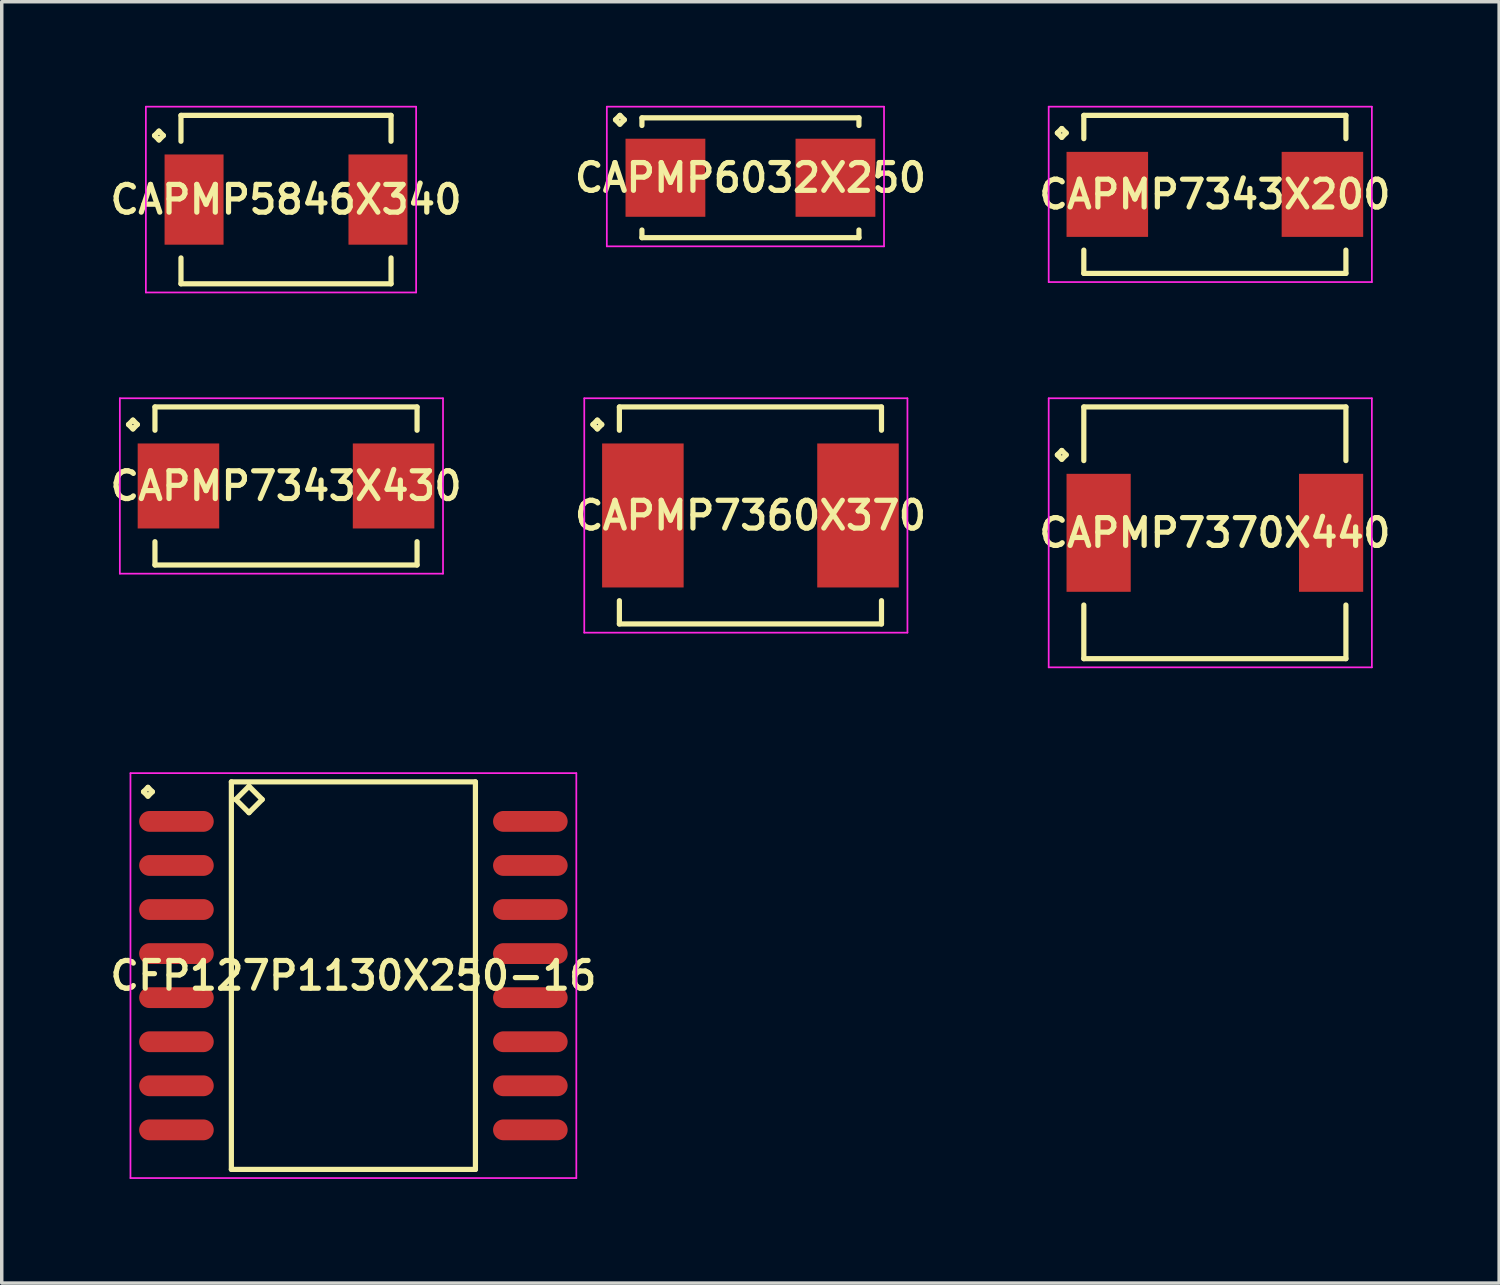
<source format=kicad_pcb>
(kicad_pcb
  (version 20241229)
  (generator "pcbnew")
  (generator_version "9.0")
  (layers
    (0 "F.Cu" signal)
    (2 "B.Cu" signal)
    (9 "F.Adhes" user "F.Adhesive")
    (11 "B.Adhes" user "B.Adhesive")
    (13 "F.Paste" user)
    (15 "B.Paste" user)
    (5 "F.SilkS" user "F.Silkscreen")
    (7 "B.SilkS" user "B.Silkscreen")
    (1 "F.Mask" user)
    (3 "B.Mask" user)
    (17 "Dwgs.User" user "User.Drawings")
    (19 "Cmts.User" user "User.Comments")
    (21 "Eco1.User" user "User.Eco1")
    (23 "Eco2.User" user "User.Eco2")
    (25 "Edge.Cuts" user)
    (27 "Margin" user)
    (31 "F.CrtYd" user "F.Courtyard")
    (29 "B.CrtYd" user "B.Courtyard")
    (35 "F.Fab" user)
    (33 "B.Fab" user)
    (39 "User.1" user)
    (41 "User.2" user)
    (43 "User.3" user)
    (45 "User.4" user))
  (footprint "CAPMP7343X200"
    (layer "F.Cu")
    (at 31.963 2.552)
    (property "Reference" "CAPMP7343X200" (at 0 0 0) (layer "F.SilkS") (effects (font (size 0.8 0.8) (thickness 0.15))))
    (attr smd)
    (fp_line (start -4.539 -1.771) (end -4.412 -1.898) (stroke (width 0.15) (type solid)) (layer "F.SilkS"))
    (fp_line (start -4.412 -1.898) (end -4.285 -1.771) (stroke (width 0.15) (type solid)) (layer "F.SilkS"))
    (fp_line (start -4.412 -1.644) (end -4.539 -1.771) (stroke (width 0.15) (type solid)) (layer "F.SilkS"))
    (fp_line (start -4.285 -1.771) (end -4.412 -1.644) (stroke (width 0.15) (type solid)) (layer "F.SilkS"))
    (fp_line (start -3.777 -2.277) (end 3.777 -2.277) (stroke (width 0.15) (type solid)) (layer "F.SilkS"))
    (fp_line (start -3.777 -1.606) (end -3.777 -2.277) (stroke (width 0.15) (type solid)) (layer "F.SilkS"))
    (fp_line (start -3.777 1.606) (end -3.777 2.277) (stroke (width 0.15) (type solid)) (layer "F.SilkS"))
    (fp_line (start -3.777 2.277) (end 3.777 2.277) (stroke (width 0.15) (type solid)) (layer "F.SilkS"))
    (fp_line (start 3.777 -2.277) (end 3.777 -1.606) (stroke (width 0.15) (type solid)) (layer "F.SilkS"))
    (fp_line (start 3.777 2.277) (end 3.777 1.606) (stroke (width 0.15) (type solid)) (layer "F.SilkS"))
    (fp_line (start -4.789 -2.527) (end 4.525 -2.527) (stroke (width 0.05) (type solid)) (layer "F.CrtYd"))
    (fp_line (start -4.789 2.527) (end -4.789 -2.527) (stroke (width 0.05) (type solid)) (layer "F.CrtYd"))
    (fp_line (start 4.525 -2.527) (end 4.525 2.527) (stroke (width 0.05) (type solid)) (layer "F.CrtYd"))
    (fp_line (start 4.525 2.527) (end -4.789 2.527) (stroke (width 0.05) (type solid)) (layer "F.CrtYd"))
    (pad "1" smd rect (at -3.1 0) (size 2.35 2.45) (layers "F.Cu" "F.Mask" "F.Paste"))
    (pad "2" smd rect (at 3.1 0) (size 2.35 2.45) (layers "F.Cu" "F.Mask" "F.Paste")))
  (footprint "CAPMP7343X430"
    (layer "F.Cu")
    (at 5.193 10.956)
    (property "Reference" "CAPMP7343X430" (at 0 0 0) (layer "F.SilkS") (effects (font (size 0.8 0.8) (thickness 0.15))))
    (attr smd)
    (fp_line (start -4.539 -1.771) (end -4.412 -1.898) (stroke (width 0.15) (type solid)) (layer "F.SilkS"))
    (fp_line (start -4.412 -1.898) (end -4.285 -1.771) (stroke (width 0.15) (type solid)) (layer "F.SilkS"))
    (fp_line (start -4.412 -1.644) (end -4.539 -1.771) (stroke (width 0.15) (type solid)) (layer "F.SilkS"))
    (fp_line (start -4.285 -1.771) (end -4.412 -1.644) (stroke (width 0.15) (type solid)) (layer "F.SilkS"))
    (fp_line (start -3.777 -2.277) (end 3.777 -2.277) (stroke (width 0.15) (type solid)) (layer "F.SilkS"))
    (fp_line (start -3.777 -1.606) (end -3.777 -2.277) (stroke (width 0.15) (type solid)) (layer "F.SilkS"))
    (fp_line (start -3.777 1.606) (end -3.777 2.277) (stroke (width 0.15) (type solid)) (layer "F.SilkS"))
    (fp_line (start -3.777 2.277) (end 3.777 2.277) (stroke (width 0.15) (type solid)) (layer "F.SilkS"))
    (fp_line (start 3.777 -2.277) (end 3.777 -1.606) (stroke (width 0.15) (type solid)) (layer "F.SilkS"))
    (fp_line (start 3.777 2.277) (end 3.777 1.606) (stroke (width 0.15) (type solid)) (layer "F.SilkS"))
    (fp_line (start -4.789 -2.527) (end 4.525 -2.527) (stroke (width 0.05) (type solid)) (layer "F.CrtYd"))
    (fp_line (start -4.789 2.527) (end -4.789 -2.527) (stroke (width 0.05) (type solid)) (layer "F.CrtYd"))
    (fp_line (start 4.525 -2.527) (end 4.525 2.527) (stroke (width 0.05) (type solid)) (layer "F.CrtYd"))
    (fp_line (start 4.525 2.527) (end -4.789 2.527) (stroke (width 0.05) (type solid)) (layer "F.CrtYd"))
    (pad "1" smd rect (at -3.1 0) (size 2.35 2.45) (layers "F.Cu" "F.Mask" "F.Paste"))
    (pad "2" smd rect (at 3.1 0) (size 2.35 2.45) (layers "F.Cu" "F.Mask" "F.Paste")))
  (footprint "CFP127P1130X250-16"
    (layer "F.Cu")
    (at 7.135 25.068)
    (property "Reference" "CFP127P1130X250-16" (at 0 0 0) (layer "F.SilkS") (effects (font (size 0.8 0.8) (thickness 0.15))))
    (attr smd)
    (fp_line (start -6.048 -5.299) (end -5.921 -5.426) (stroke (width 0.15) (type solid)) (layer "F.SilkS"))
    (fp_line (start -5.921 -5.426) (end -5.794 -5.299) (stroke (width 0.15) (type solid)) (layer "F.SilkS"))
    (fp_line (start -5.921 -5.172) (end -6.048 -5.299) (stroke (width 0.15) (type solid)) (layer "F.SilkS"))
    (fp_line (start -5.794 -5.299) (end -5.921 -5.172) (stroke (width 0.15) (type solid)) (layer "F.SilkS"))
    (fp_line (start -3.517 -5.585) (end -3.517 5.585) (stroke (width 0.15) (type solid)) (layer "F.SilkS"))
    (fp_line (start -3.517 5.585) (end 3.517 5.585) (stroke (width 0.15) (type solid)) (layer "F.SilkS"))
    (fp_line (start -3.39 -5.077) (end -3.009 -5.458) (stroke (width 0.15) (type solid)) (layer "F.SilkS"))
    (fp_line (start -3.009 -5.458) (end -2.628 -5.077) (stroke (width 0.15) (type solid)) (layer "F.SilkS"))
    (fp_line (start -3.009 -4.696) (end -3.39 -5.077) (stroke (width 0.15) (type solid)) (layer "F.SilkS"))
    (fp_line (start -2.628 -5.077) (end -3.009 -4.696) (stroke (width 0.15) (type solid)) (layer "F.SilkS"))
    (fp_line (start 3.517 -5.585) (end -3.517 -5.585) (stroke (width 0.15) (type solid)) (layer "F.SilkS"))
    (fp_line (start 3.517 5.585) (end 3.517 -5.585) (stroke (width 0.15) (type solid)) (layer "F.SilkS"))
    (fp_line (start -6.425 -5.835) (end 6.425 -5.835) (stroke (width 0.05) (type solid)) (layer "F.CrtYd"))
    (fp_line (start -6.425 5.835) (end -6.425 -5.835) (stroke (width 0.05) (type solid)) (layer "F.CrtYd"))
    (fp_line (start 6.425 -5.835) (end 6.425 5.835) (stroke (width 0.05) (type solid)) (layer "F.CrtYd"))
    (fp_line (start 6.425 5.835) (end -6.425 5.835) (stroke (width 0.05) (type solid)) (layer "F.CrtYd"))
    (pad "1" smd oval (at -5.1 -4.445) (size 2.15 0.6) (layers "F.Cu" "F.Mask" "F.Paste"))
    (pad "2" smd oval (at -5.1 -3.175) (size 2.15 0.6) (layers "F.Cu" "F.Mask" "F.Paste"))
    (pad "3" smd oval (at -5.1 -1.905) (size 2.15 0.6) (layers "F.Cu" "F.Mask" "F.Paste"))
    (pad "4" smd oval (at -5.1 -0.635) (size 2.15 0.6) (layers "F.Cu" "F.Mask" "F.Paste"))
    (pad "5" smd oval (at -5.1 0.635) (size 2.15 0.6) (layers "F.Cu" "F.Mask" "F.Paste"))
    (pad "6" smd oval (at -5.1 1.905) (size 2.15 0.6) (layers "F.Cu" "F.Mask" "F.Paste"))
    (pad "7" smd oval (at -5.1 3.175) (size 2.15 0.6) (layers "F.Cu" "F.Mask" "F.Paste"))
    (pad "8" smd oval (at -5.1 4.445) (size 2.15 0.6) (layers "F.Cu" "F.Mask" "F.Paste"))
    (pad "9" smd oval (at 5.1 4.445) (size 2.15 0.6) (layers "F.Cu" "F.Mask" "F.Paste"))
    (pad "10" smd oval (at 5.1 3.175) (size 2.15 0.6) (layers "F.Cu" "F.Mask" "F.Paste"))
    (pad "11" smd oval (at 5.1 1.905) (size 2.15 0.6) (layers "F.Cu" "F.Mask" "F.Paste"))
    (pad "12" smd oval (at 5.1 0.635) (size 2.15 0.6) (layers "F.Cu" "F.Mask" "F.Paste"))
    (pad "13" smd oval (at 5.1 -0.635) (size 2.15 0.6) (layers "F.Cu" "F.Mask" "F.Paste"))
    (pad "14" smd oval (at 5.1 -1.905) (size 2.15 0.6) (layers "F.Cu" "F.Mask" "F.Paste"))
    (pad "15" smd oval (at 5.1 -3.175) (size 2.15 0.6) (layers "F.Cu" "F.Mask" "F.Paste"))
    (pad "16" smd oval (at 5.1 -4.445) (size 2.15 0.6) (layers "F.Cu" "F.Mask" "F.Paste")))
  (footprint "CAPMP6032X250"
    (layer "F.Cu")
    (at 18.578 2.073)
    (property "Reference" "CAPMP6032X250" (at 0 0 0) (layer "F.SilkS") (effects (font (size 0.8 0.8) (thickness 0.15))))
    (attr smd)
    (fp_line (start -3.889 -1.671) (end -3.762 -1.798) (stroke (width 0.15) (type solid)) (layer "F.SilkS"))
    (fp_line (start -3.762 -1.798) (end -3.635 -1.671) (stroke (width 0.15) (type solid)) (layer "F.SilkS"))
    (fp_line (start -3.762 -1.544) (end -3.889 -1.671) (stroke (width 0.15) (type solid)) (layer "F.SilkS"))
    (fp_line (start -3.635 -1.671) (end -3.762 -1.544) (stroke (width 0.15) (type solid)) (layer "F.SilkS"))
    (fp_line (start -3.127 -1.727) (end 3.127 -1.727) (stroke (width 0.15) (type solid)) (layer "F.SilkS"))
    (fp_line (start -3.127 -1.506) (end -3.127 -1.727) (stroke (width 0.15) (type solid)) (layer "F.SilkS"))
    (fp_line (start -3.127 1.506) (end -3.127 1.727) (stroke (width 0.15) (type solid)) (layer "F.SilkS"))
    (fp_line (start -3.127 1.727) (end 3.127 1.727) (stroke (width 0.15) (type solid)) (layer "F.SilkS"))
    (fp_line (start 3.127 -1.727) (end 3.127 -1.506) (stroke (width 0.15) (type solid)) (layer "F.SilkS"))
    (fp_line (start 3.127 1.727) (end 3.127 1.506) (stroke (width 0.15) (type solid)) (layer "F.SilkS"))
    (fp_line (start -4.139 -2.048) (end 3.85 -2.048) (stroke (width 0.05) (type solid)) (layer "F.CrtYd"))
    (fp_line (start -4.139 1.977) (end -4.139 -2.048) (stroke (width 0.05) (type solid)) (layer "F.CrtYd"))
    (fp_line (start 3.85 -2.048) (end 3.85 1.977) (stroke (width 0.05) (type solid)) (layer "F.CrtYd"))
    (fp_line (start 3.85 1.977) (end -4.139 1.977) (stroke (width 0.05) (type solid)) (layer "F.CrtYd"))
    (pad "1" smd rect (at -2.45 0) (size 2.3 2.25) (layers "F.Cu" "F.Mask" "F.Paste"))
    (pad "2" smd rect (at 2.45 0) (size 2.3 2.25) (layers "F.Cu" "F.Mask" "F.Paste")))
  (footprint "CAPMP7360X370"
    (layer "F.Cu")
    (at 18.578 11.806)
    (property "Reference" "CAPMP7360X370" (at 0 0 0) (layer "F.SilkS") (effects (font (size 0.8 0.8) (thickness 0.15))))
    (attr smd)
    (fp_line (start -4.539 -2.621) (end -4.412 -2.748) (stroke (width 0.15) (type solid)) (layer "F.SilkS"))
    (fp_line (start -4.412 -2.748) (end -4.285 -2.621) (stroke (width 0.15) (type solid)) (layer "F.SilkS"))
    (fp_line (start -4.412 -2.494) (end -4.539 -2.621) (stroke (width 0.15) (type solid)) (layer "F.SilkS"))
    (fp_line (start -4.285 -2.621) (end -4.412 -2.494) (stroke (width 0.15) (type solid)) (layer "F.SilkS"))
    (fp_line (start -3.777 -3.127) (end 3.777 -3.127) (stroke (width 0.15) (type solid)) (layer "F.SilkS"))
    (fp_line (start -3.777 -2.456) (end -3.777 -3.127) (stroke (width 0.15) (type solid)) (layer "F.SilkS"))
    (fp_line (start -3.777 2.456) (end -3.777 3.127) (stroke (width 0.15) (type solid)) (layer "F.SilkS"))
    (fp_line (start -3.777 3.127) (end 3.777 3.127) (stroke (width 0.15) (type solid)) (layer "F.SilkS"))
    (fp_line (start 3.777 -3.127) (end 3.777 -2.456) (stroke (width 0.15) (type solid)) (layer "F.SilkS"))
    (fp_line (start 3.777 3.127) (end 3.777 2.456) (stroke (width 0.15) (type solid)) (layer "F.SilkS"))
    (fp_line (start -4.789 -3.377) (end 4.525 -3.377) (stroke (width 0.05) (type solid)) (layer "F.CrtYd"))
    (fp_line (start -4.789 3.377) (end -4.789 -3.377) (stroke (width 0.05) (type solid)) (layer "F.CrtYd"))
    (fp_line (start 4.525 -3.377) (end 4.525 3.377) (stroke (width 0.05) (type solid)) (layer "F.CrtYd"))
    (fp_line (start 4.525 3.377) (end -4.789 3.377) (stroke (width 0.05) (type solid)) (layer "F.CrtYd"))
    (pad "1" smd rect (at -3.1 0) (size 2.35 4.15) (layers "F.Cu" "F.Mask" "F.Paste"))
    (pad "2" smd rect (at 3.1 0) (size 2.35 4.15) (layers "F.Cu" "F.Mask" "F.Paste")))
  (footprint "CAPMP7370X440"
    (layer "F.Cu")
    (at 31.963 12.306)
    (property "Reference" "CAPMP7370X440" (at 0 0 0) (layer "F.SilkS") (effects (font (size 0.8 0.8) (thickness 0.15))))
    (attr smd)
    (fp_line (start -4.539 -2.246) (end -4.412 -2.373) (stroke (width 0.15) (type solid)) (layer "F.SilkS"))
    (fp_line (start -4.412 -2.373) (end -4.285 -2.246) (stroke (width 0.15) (type solid)) (layer "F.SilkS"))
    (fp_line (start -4.412 -2.119) (end -4.539 -2.246) (stroke (width 0.15) (type solid)) (layer "F.SilkS"))
    (fp_line (start -4.285 -2.246) (end -4.412 -2.119) (stroke (width 0.15) (type solid)) (layer "F.SilkS"))
    (fp_line (start -3.777 -3.627) (end 3.777 -3.627) (stroke (width 0.15) (type solid)) (layer "F.SilkS"))
    (fp_line (start -3.777 -2.081) (end -3.777 -3.627) (stroke (width 0.15) (type solid)) (layer "F.SilkS"))
    (fp_line (start -3.777 2.081) (end -3.777 3.627) (stroke (width 0.15) (type solid)) (layer "F.SilkS"))
    (fp_line (start -3.777 3.627) (end 3.777 3.627) (stroke (width 0.15) (type solid)) (layer "F.SilkS"))
    (fp_line (start 3.777 -3.627) (end 3.777 -2.081) (stroke (width 0.15) (type solid)) (layer "F.SilkS"))
    (fp_line (start 3.777 3.627) (end 3.777 2.081) (stroke (width 0.15) (type solid)) (layer "F.SilkS"))
    (fp_line (start -4.789 -3.877) (end 4.525 -3.877) (stroke (width 0.05) (type solid)) (layer "F.CrtYd"))
    (fp_line (start -4.789 3.877) (end -4.789 -3.877) (stroke (width 0.05) (type solid)) (layer "F.CrtYd"))
    (fp_line (start 4.525 -3.877) (end 4.525 3.877) (stroke (width 0.05) (type solid)) (layer "F.CrtYd"))
    (fp_line (start 4.525 3.877) (end -4.789 3.877) (stroke (width 0.05) (type solid)) (layer "F.CrtYd"))
    (pad "1" smd rect (at -3.35 0) (size 1.85 3.4) (layers "F.Cu" "F.Mask" "F.Paste"))
    (pad "2" smd rect (at 3.35 0) (size 1.85 3.4) (layers "F.Cu" "F.Mask" "F.Paste")))
  (footprint "CAPMP5846X340"
    (layer "F.Cu")
    (at 5.193 2.702)
    (property "Reference" "CAPMP5846X340" (at 0 0 0) (layer "F.SilkS") (effects (font (size 0.8 0.8) (thickness 0.15))))
    (attr smd)
    (fp_line (start -3.789 -1.846) (end -3.662 -1.973) (stroke (width 0.15) (type solid)) (layer "F.SilkS"))
    (fp_line (start -3.662 -1.973) (end -3.535 -1.846) (stroke (width 0.15) (type solid)) (layer "F.SilkS"))
    (fp_line (start -3.662 -1.719) (end -3.789 -1.846) (stroke (width 0.15) (type solid)) (layer "F.SilkS"))
    (fp_line (start -3.535 -1.846) (end -3.662 -1.719) (stroke (width 0.15) (type solid)) (layer "F.SilkS"))
    (fp_line (start -3.027 -2.427) (end 3.027 -2.427) (stroke (width 0.15) (type solid)) (layer "F.SilkS"))
    (fp_line (start -3.027 -1.681) (end -3.027 -2.427) (stroke (width 0.15) (type solid)) (layer "F.SilkS"))
    (fp_line (start -3.027 1.681) (end -3.027 2.427) (stroke (width 0.15) (type solid)) (layer "F.SilkS"))
    (fp_line (start -3.027 2.427) (end 3.027 2.427) (stroke (width 0.15) (type solid)) (layer "F.SilkS"))
    (fp_line (start 3.027 -2.427) (end 3.027 -1.681) (stroke (width 0.15) (type solid)) (layer "F.SilkS"))
    (fp_line (start 3.027 2.427) (end 3.027 1.681) (stroke (width 0.15) (type solid)) (layer "F.SilkS"))
    (fp_line (start -4.039 -2.677) (end 3.75 -2.677) (stroke (width 0.05) (type solid)) (layer "F.CrtYd"))
    (fp_line (start -4.039 2.677) (end -4.039 -2.677) (stroke (width 0.05) (type solid)) (layer "F.CrtYd"))
    (fp_line (start 3.75 -2.677) (end 3.75 2.677) (stroke (width 0.05) (type solid)) (layer "F.CrtYd"))
    (fp_line (start 3.75 2.677) (end -4.039 2.677) (stroke (width 0.05) (type solid)) (layer "F.CrtYd"))
    (pad "1" smd rect (at -2.65 0) (size 1.7 2.6) (layers "F.Cu" "F.Mask" "F.Paste"))
    (pad "2" smd rect (at 2.65 0) (size 1.7 2.6) (layers "F.Cu" "F.Mask" "F.Paste")))
  (gr_rect
    (start -3 -3)
    (end 40.156 33.928)
    (stroke (width 0.1) (type default))
    (fill no)
    (layer "Edge.Cuts")))
</source>
